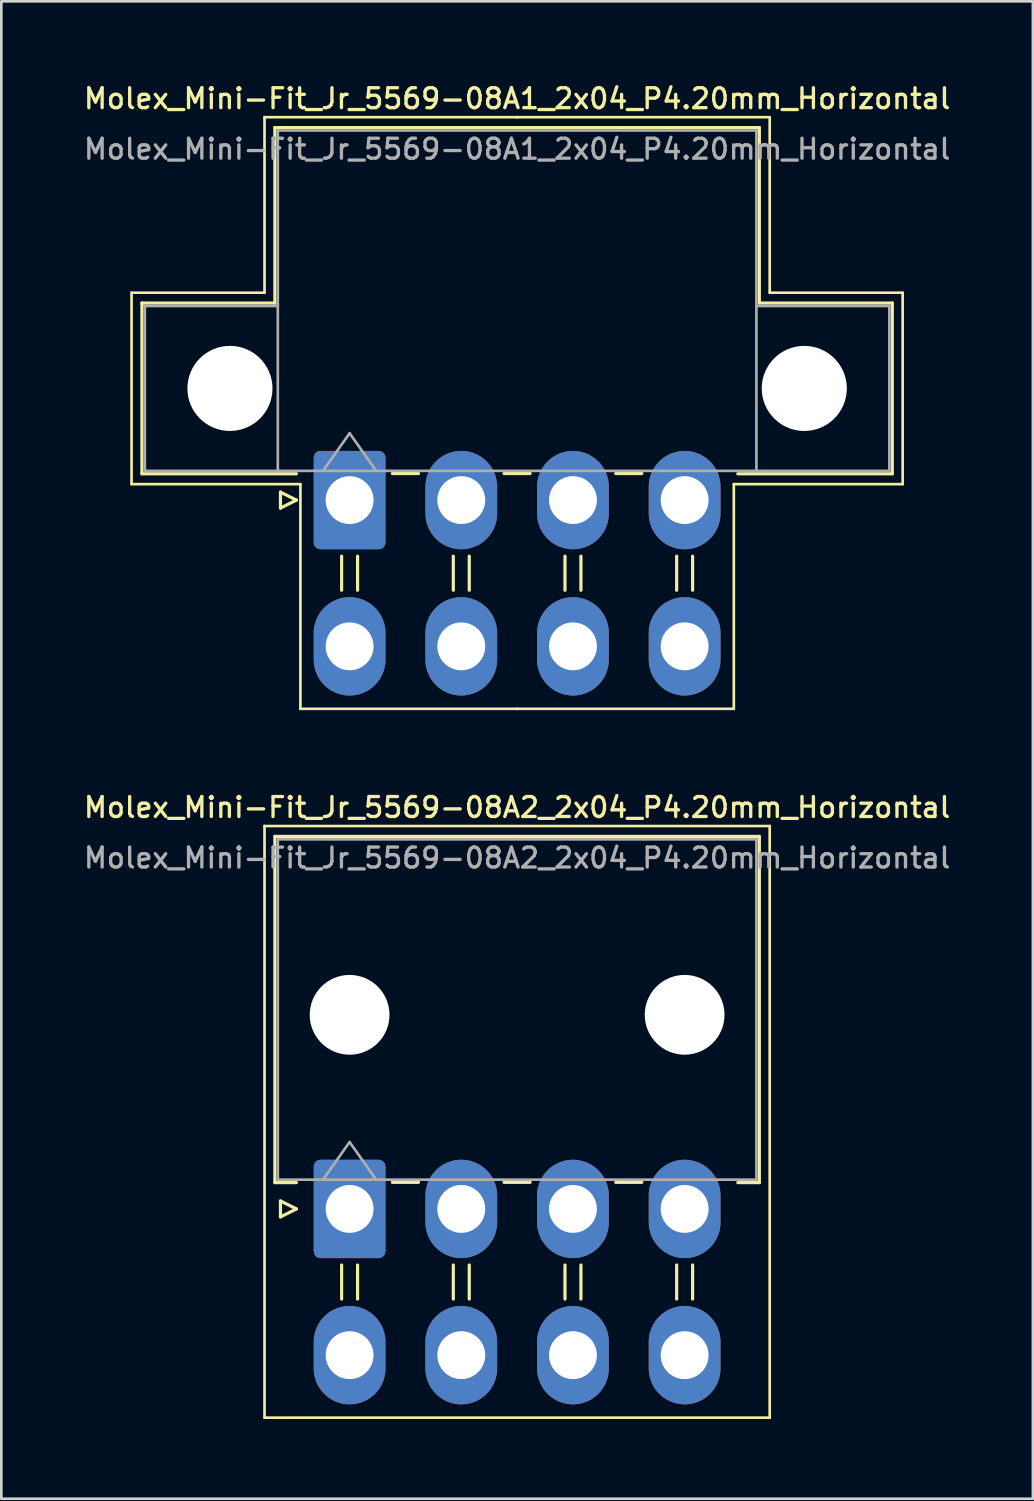
<source format=kicad_pcb>
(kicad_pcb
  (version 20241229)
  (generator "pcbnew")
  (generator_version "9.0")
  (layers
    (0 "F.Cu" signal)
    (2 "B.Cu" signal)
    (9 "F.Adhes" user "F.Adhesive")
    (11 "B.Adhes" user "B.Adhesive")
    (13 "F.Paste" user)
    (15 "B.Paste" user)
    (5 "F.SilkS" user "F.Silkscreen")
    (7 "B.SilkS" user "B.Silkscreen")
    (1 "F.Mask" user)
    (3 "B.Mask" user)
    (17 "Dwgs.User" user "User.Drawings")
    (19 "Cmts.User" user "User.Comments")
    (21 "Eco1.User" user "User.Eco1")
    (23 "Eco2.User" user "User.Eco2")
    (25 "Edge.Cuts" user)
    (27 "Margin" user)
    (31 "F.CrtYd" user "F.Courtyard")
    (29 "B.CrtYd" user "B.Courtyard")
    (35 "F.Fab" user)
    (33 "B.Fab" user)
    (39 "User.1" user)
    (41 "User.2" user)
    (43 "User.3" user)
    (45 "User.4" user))
  (footprint "Molex_Mini-Fit_Jr_5569-08A1_2x04_P4.20mm_Horizontal"
    (layer "F.Cu")
    (at 10.098 15.758)
    (property "Reference" "Molex_Mini-Fit_Jr_5569-08A1_2x04_P4.20mm_Horizontal" (at 6.3 -15.1 0) (layer "F.SilkS") (effects (font (size 0.75 0.75) (thickness 0.125))))
    (attr through_hole)
    (fp_line (start -8.2 -7.8) (end -8.2 -0.6) (stroke (width 0.1) (type solid)) (layer "F.SilkS"))
    (fp_line (start -8.2 -0.6) (end -1.85 -0.6) (stroke (width 0.1) (type solid)) (layer "F.SilkS"))
    (fp_line (start -7.81 -7.41) (end -7.81 -0.99) (stroke (width 0.12) (type solid)) (layer "F.SilkS"))
    (fp_line (start -7.81 -0.99) (end -2 -0.99) (stroke (width 0.12) (type solid)) (layer "F.SilkS"))
    (fp_line (start -3.2 -14.4) (end -3.2 -7.8) (stroke (width 0.1) (type solid)) (layer "F.SilkS"))
    (fp_line (start -3.2 -7.8) (end -8.2 -7.8) (stroke (width 0.1) (type solid)) (layer "F.SilkS"))
    (fp_line (start -2.81 -14.01) (end -2.81 -7.41) (stroke (width 0.12) (type solid)) (layer "F.SilkS"))
    (fp_line (start -2.81 -7.41) (end -7.81 -7.41) (stroke (width 0.12) (type solid)) (layer "F.SilkS"))
    (fp_line (start -2.6 -0.3) (end -2 0) (stroke (width 0.12) (type solid)) (layer "F.SilkS"))
    (fp_line (start -2.6 0.3) (end -2.6 -0.3) (stroke (width 0.12) (type solid)) (layer "F.SilkS"))
    (fp_line (start -2 0) (end -2.6 0.3) (stroke (width 0.12) (type solid)) (layer "F.SilkS"))
    (fp_line (start -1.85 -0.6) (end -1.85 7.85) (stroke (width 0.1) (type solid)) (layer "F.SilkS"))
    (fp_line (start -1.85 7.85) (end 6.3 7.85) (stroke (width 0.1) (type solid)) (layer "F.SilkS"))
    (fp_line (start -0.3 2.11) (end -0.3 3.39) (stroke (width 0.12) (type solid)) (layer "F.SilkS"))
    (fp_line (start 0.3 2.11) (end 0.3 3.39) (stroke (width 0.12) (type solid)) (layer "F.SilkS"))
    (fp_line (start 1.61 -1) (end 2.59 -1) (stroke (width 0.12) (type solid)) (layer "F.SilkS"))
    (fp_line (start 3.9 2.11) (end 3.9 3.39) (stroke (width 0.12) (type solid)) (layer "F.SilkS"))
    (fp_line (start 4.5 2.11) (end 4.5 3.39) (stroke (width 0.12) (type solid)) (layer "F.SilkS"))
    (fp_line (start 5.81 -1) (end 6.79 -1) (stroke (width 0.12) (type solid)) (layer "F.SilkS"))
    (fp_line (start 6.3 -14.4) (end -3.2 -14.4) (stroke (width 0.1) (type solid)) (layer "F.SilkS"))
    (fp_line (start 6.3 -14.4) (end 15.8 -14.4) (stroke (width 0.1) (type solid)) (layer "F.SilkS"))
    (fp_line (start 6.3 -14.01) (end -2.81 -14.01) (stroke (width 0.12) (type solid)) (layer "F.SilkS"))
    (fp_line (start 6.3 -14.01) (end 15.41 -14.01) (stroke (width 0.12) (type solid)) (layer "F.SilkS"))
    (fp_line (start 8.1 2.11) (end 8.1 3.39) (stroke (width 0.12) (type solid)) (layer "F.SilkS"))
    (fp_line (start 8.7 2.11) (end 8.7 3.39) (stroke (width 0.12) (type solid)) (layer "F.SilkS"))
    (fp_line (start 10.01 -1) (end 10.99 -1) (stroke (width 0.12) (type solid)) (layer "F.SilkS"))
    (fp_line (start 12.3 2.11) (end 12.3 3.39) (stroke (width 0.12) (type solid)) (layer "F.SilkS"))
    (fp_line (start 12.9 2.11) (end 12.9 3.39) (stroke (width 0.12) (type solid)) (layer "F.SilkS"))
    (fp_line (start 14.45 -0.6) (end 14.45 7.85) (stroke (width 0.1) (type solid)) (layer "F.SilkS"))
    (fp_line (start 14.45 7.85) (end 6.3 7.85) (stroke (width 0.1) (type solid)) (layer "F.SilkS"))
    (fp_line (start 15.41 -14.01) (end 15.41 -7.41) (stroke (width 0.12) (type solid)) (layer "F.SilkS"))
    (fp_line (start 15.41 -7.41) (end 20.41 -7.41) (stroke (width 0.12) (type solid)) (layer "F.SilkS"))
    (fp_line (start 15.8 -14.4) (end 15.8 -7.8) (stroke (width 0.1) (type solid)) (layer "F.SilkS"))
    (fp_line (start 15.8 -7.8) (end 20.8 -7.8) (stroke (width 0.1) (type solid)) (layer "F.SilkS"))
    (fp_line (start 20.41 -7.41) (end 20.41 -0.99) (stroke (width 0.12) (type solid)) (layer "F.SilkS"))
    (fp_line (start 20.41 -0.99) (end 14.6 -0.99) (stroke (width 0.12) (type solid)) (layer "F.SilkS"))
    (fp_line (start 20.8 -7.8) (end 20.8 -0.6) (stroke (width 0.1) (type solid)) (layer "F.SilkS"))
    (fp_line (start 20.8 -0.6) (end 14.45 -0.6) (stroke (width 0.1) (type solid)) (layer "F.SilkS"))
    (fp_line (start -7.7 -7.3) (end -7.7 -1.1) (stroke (width 0.1) (type solid)) (layer "F.Fab"))
    (fp_line (start -7.7 -1.1) (end -2.7 -1.1) (stroke (width 0.1) (type solid)) (layer "F.Fab"))
    (fp_line (start -2.7 -13.9) (end -2.7 -1.1) (stroke (width 0.1) (type solid)) (layer "F.Fab"))
    (fp_line (start -2.7 -7.3) (end -7.7 -7.3) (stroke (width 0.1) (type solid)) (layer "F.Fab"))
    (fp_line (start -2.7 -1.1) (end 15.3 -1.1) (stroke (width 0.1) (type solid)) (layer "F.Fab"))
    (fp_line (start -1 -1.1) (end 0 -2.514) (stroke (width 0.1) (type solid)) (layer "F.Fab"))
    (fp_line (start 0 -2.514) (end 1 -1.1) (stroke (width 0.1) (type solid)) (layer "F.Fab"))
    (fp_line (start 15.3 -13.9) (end -2.7 -13.9) (stroke (width 0.1) (type solid)) (layer "F.Fab"))
    (fp_line (start 15.3 -7.3) (end 20.3 -7.3) (stroke (width 0.1) (type solid)) (layer "F.Fab"))
    (fp_line (start 15.3 -1.1) (end 15.3 -13.9) (stroke (width 0.1) (type solid)) (layer "F.Fab"))
    (fp_line (start 20.3 -7.3) (end 20.3 -1.1) (stroke (width 0.1) (type solid)) (layer "F.Fab"))
    (fp_line (start 20.3 -1.1) (end 15.3 -1.1) (stroke (width 0.1) (type solid)) (layer "F.Fab"))
    (fp_text user "${REFERENCE}" (at 6.3 -13.2 0) (layer "F.Fab") (effects (font (size 0.75 0.75) (thickness 0.125))))
    (pad "" np_thru_hole circle (at -4.5 -4.2) (size 3.2 3.2) (drill 3.2) (layers "*.Cu" "*.Mask"))
    (pad "" np_thru_hole circle (at 17.1 -4.2) (size 3.2 3.2) (drill 3.2) (layers "*.Cu" "*.Mask"))
    (pad "1" thru_hole roundrect (at 0 0) (size 2.7 3.7) (drill 1.8) (layers "*.Cu" "*.Mask") (roundrect_rratio 0.093))
    (pad "2" thru_hole oval (at 4.2 0) (size 2.7 3.7) (drill 1.8) (layers "*.Cu" "*.Mask"))
    (pad "3" thru_hole oval (at 8.4 0) (size 2.7 3.7) (drill 1.8) (layers "*.Cu" "*.Mask"))
    (pad "4" thru_hole oval (at 12.6 0) (size 2.7 3.7) (drill 1.8) (layers "*.Cu" "*.Mask"))
    (pad "5" thru_hole oval (at 0 5.5) (size 2.7 3.7) (drill 1.8) (layers "*.Cu" "*.Mask"))
    (pad "6" thru_hole oval (at 4.2 5.5) (size 2.7 3.7) (drill 1.8) (layers "*.Cu" "*.Mask"))
    (pad "7" thru_hole oval (at 8.4 5.5) (size 2.7 3.7) (drill 1.8) (layers "*.Cu" "*.Mask"))
    (pad "8" thru_hole oval (at 12.6 5.5) (size 2.7 3.7) (drill 1.8) (layers "*.Cu" "*.Mask")))
  (footprint "Molex_Mini-Fit_Jr_5569-08A2_2x04_P4.20mm_Horizontal"
    (layer "F.Cu")
    (at 10.098 42.416)
    (property "Reference" "Molex_Mini-Fit_Jr_5569-08A2_2x04_P4.20mm_Horizontal" (at 6.3 -15.1 0) (layer "F.SilkS") (effects (font (size 0.75 0.75) (thickness 0.125))))
    (attr through_hole)
    (fp_line (start -3.2 -14.4) (end -3.2 7.85) (stroke (width 0.1) (type solid)) (layer "F.SilkS"))
    (fp_line (start -3.2 7.85) (end 15.8 7.85) (stroke (width 0.1) (type solid)) (layer "F.SilkS"))
    (fp_line (start -2.81 -14.01) (end 6.3 -14.01) (stroke (width 0.12) (type solid)) (layer "F.SilkS"))
    (fp_line (start -2.81 -0.99) (end -2.81 -14.01) (stroke (width 0.12) (type solid)) (layer "F.SilkS"))
    (fp_line (start -2.6 -0.3) (end -2 0) (stroke (width 0.12) (type solid)) (layer "F.SilkS"))
    (fp_line (start -2.6 0.3) (end -2.6 -0.3) (stroke (width 0.12) (type solid)) (layer "F.SilkS"))
    (fp_line (start -2 -0.99) (end -2.81 -0.99) (stroke (width 0.12) (type solid)) (layer "F.SilkS"))
    (fp_line (start -2 0) (end -2.6 0.3) (stroke (width 0.12) (type solid)) (layer "F.SilkS"))
    (fp_line (start -0.3 2.11) (end -0.3 3.39) (stroke (width 0.12) (type solid)) (layer "F.SilkS"))
    (fp_line (start 0.3 2.11) (end 0.3 3.39) (stroke (width 0.12) (type solid)) (layer "F.SilkS"))
    (fp_line (start 1.61 -1) (end 2.59 -1) (stroke (width 0.12) (type solid)) (layer "F.SilkS"))
    (fp_line (start 3.9 2.11) (end 3.9 3.39) (stroke (width 0.12) (type solid)) (layer "F.SilkS"))
    (fp_line (start 4.5 2.11) (end 4.5 3.39) (stroke (width 0.12) (type solid)) (layer "F.SilkS"))
    (fp_line (start 5.81 -1) (end 6.79 -1) (stroke (width 0.12) (type solid)) (layer "F.SilkS"))
    (fp_line (start 8.1 2.11) (end 8.1 3.39) (stroke (width 0.12) (type solid)) (layer "F.SilkS"))
    (fp_line (start 8.7 2.11) (end 8.7 3.39) (stroke (width 0.12) (type solid)) (layer "F.SilkS"))
    (fp_line (start 10.01 -1) (end 10.99 -1) (stroke (width 0.12) (type solid)) (layer "F.SilkS"))
    (fp_line (start 12.3 2.11) (end 12.3 3.39) (stroke (width 0.12) (type solid)) (layer "F.SilkS"))
    (fp_line (start 12.9 2.11) (end 12.9 3.39) (stroke (width 0.12) (type solid)) (layer "F.SilkS"))
    (fp_line (start 14.6 -0.99) (end 15.41 -0.99) (stroke (width 0.12) (type solid)) (layer "F.SilkS"))
    (fp_line (start 15.41 -14.01) (end 6.3 -14.01) (stroke (width 0.12) (type solid)) (layer "F.SilkS"))
    (fp_line (start 15.41 -0.99) (end 15.41 -14.01) (stroke (width 0.12) (type solid)) (layer "F.SilkS"))
    (fp_line (start 15.8 -14.4) (end -3.2 -14.4) (stroke (width 0.1) (type solid)) (layer "F.SilkS"))
    (fp_line (start 15.8 7.85) (end 15.8 -14.4) (stroke (width 0.1) (type solid)) (layer "F.SilkS"))
    (fp_line (start -2.7 -13.9) (end -2.7 -1.1) (stroke (width 0.1) (type solid)) (layer "F.Fab"))
    (fp_line (start -2.7 -1.1) (end 15.3 -1.1) (stroke (width 0.1) (type solid)) (layer "F.Fab"))
    (fp_line (start -1 -1.1) (end 0 -2.514) (stroke (width 0.1) (type solid)) (layer "F.Fab"))
    (fp_line (start 0 -2.514) (end 1 -1.1) (stroke (width 0.1) (type solid)) (layer "F.Fab"))
    (fp_line (start 15.3 -13.9) (end -2.7 -13.9) (stroke (width 0.1) (type solid)) (layer "F.Fab"))
    (fp_line (start 15.3 -1.1) (end 15.3 -13.9) (stroke (width 0.1) (type solid)) (layer "F.Fab"))
    (fp_text user "${REFERENCE}" (at 6.3 -13.2 0) (layer "F.Fab") (effects (font (size 0.75 0.75) (thickness 0.125))))
    (pad "" np_thru_hole circle (at 0 -7.3) (size 3 3) (drill 3) (layers "*.Cu" "*.Mask"))
    (pad "" np_thru_hole circle (at 12.6 -7.3) (size 3 3) (drill 3) (layers "*.Cu" "*.Mask"))
    (pad "1" thru_hole roundrect (at 0 0) (size 2.7 3.7) (drill 1.8) (layers "*.Cu" "*.Mask") (roundrect_rratio 0.093))
    (pad "2" thru_hole oval (at 4.2 0) (size 2.7 3.7) (drill 1.8) (layers "*.Cu" "*.Mask"))
    (pad "3" thru_hole oval (at 8.4 0) (size 2.7 3.7) (drill 1.8) (layers "*.Cu" "*.Mask"))
    (pad "4" thru_hole oval (at 12.6 0) (size 2.7 3.7) (drill 1.8) (layers "*.Cu" "*.Mask"))
    (pad "5" thru_hole oval (at 0 5.5) (size 2.7 3.7) (drill 1.8) (layers "*.Cu" "*.Mask"))
    (pad "6" thru_hole oval (at 4.2 5.5) (size 2.7 3.7) (drill 1.8) (layers "*.Cu" "*.Mask"))
    (pad "7" thru_hole oval (at 8.4 5.5) (size 2.7 3.7) (drill 1.8) (layers "*.Cu" "*.Mask"))
    (pad "8" thru_hole oval (at 12.6 5.5) (size 2.7 3.7) (drill 1.8) (layers "*.Cu" "*.Mask")))
  (gr_rect
    (start -3 -3)
    (end 35.796 53.316)
    (stroke (width 0.1) (type default))
    (fill no)
    (layer "Edge.Cuts")))
</source>
